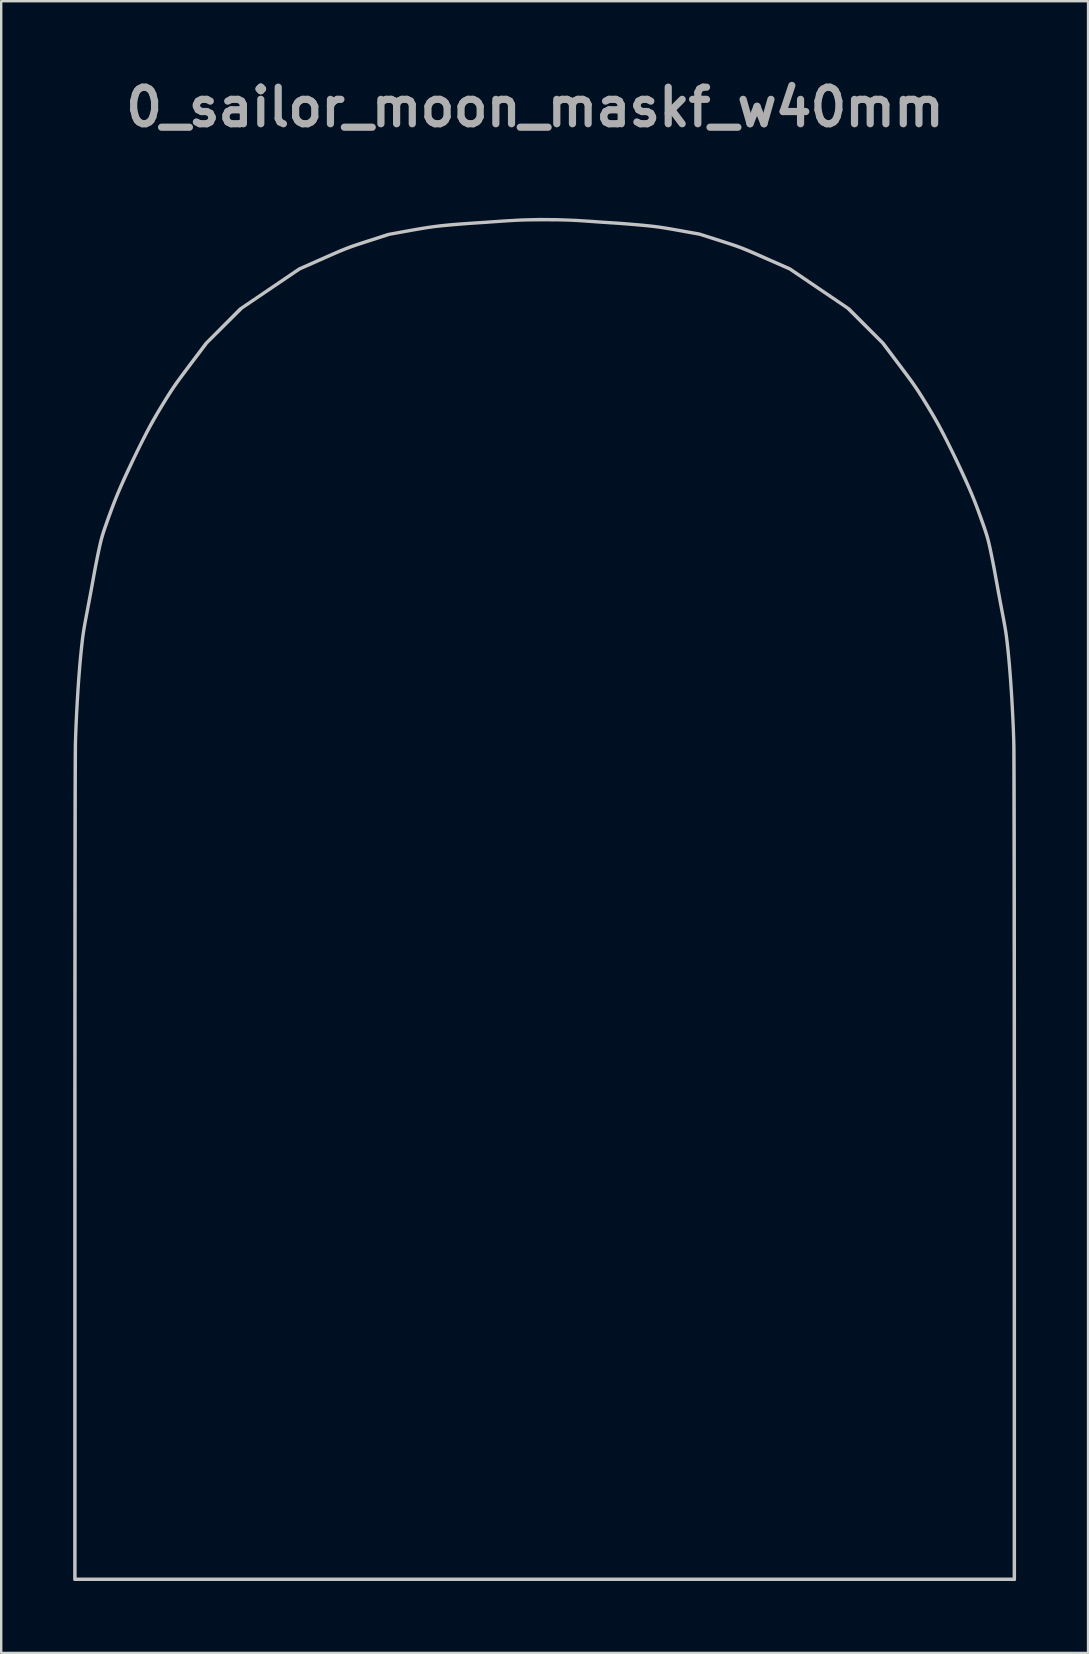
<source format=kicad_pcb>
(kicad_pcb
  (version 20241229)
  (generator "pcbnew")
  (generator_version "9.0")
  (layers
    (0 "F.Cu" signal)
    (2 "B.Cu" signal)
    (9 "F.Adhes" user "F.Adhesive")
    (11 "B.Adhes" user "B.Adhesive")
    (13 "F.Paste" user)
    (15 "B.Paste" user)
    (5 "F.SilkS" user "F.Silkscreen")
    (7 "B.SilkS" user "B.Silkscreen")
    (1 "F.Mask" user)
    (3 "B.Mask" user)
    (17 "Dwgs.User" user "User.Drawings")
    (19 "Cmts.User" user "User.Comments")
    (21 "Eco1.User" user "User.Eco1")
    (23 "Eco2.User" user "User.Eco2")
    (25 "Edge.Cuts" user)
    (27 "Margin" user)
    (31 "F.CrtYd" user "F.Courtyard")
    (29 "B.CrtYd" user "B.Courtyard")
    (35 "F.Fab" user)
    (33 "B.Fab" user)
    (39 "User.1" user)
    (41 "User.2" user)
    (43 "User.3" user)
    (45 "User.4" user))
  (footprint "0_sailor_moon_maskf_w40mm"
    (layer "F.Cu")
    (at 19.65 34.418)
    (property "Reference" "0_sailor_moon_maskf_w40mm" (at -0.4 -33 0) (layer "F.Fab") (effects (font (size 1.524 1.524) (thickness 0.3))))
    (attr board_only exclude_from_pos_files exclude_from_bom)
    (fp_poly (pts (xy 14.085 -11.772) (xy 14.112 -11.752) (xy 14.139 -11.714) (xy 14.167 -11.652) (xy 14.198 -11.563) (xy 14.235 -11.443) (xy 14.278 -11.286) (xy 14.309 -11.167) (xy 14.353 -11.002) (xy 14.404 -10.811) (xy 14.46 -10.608) (xy 14.515 -10.408) (xy 14.565 -10.228) (xy 14.567 -10.222) (xy 14.652 -9.914) (xy 14.726 -9.626) (xy 14.791 -9.348) (xy 14.85 -9.067) (xy 14.905 -8.773) (xy 14.958 -8.455) (xy 14.998 -8.198) (xy 15.03 -7.98) (xy 15.055 -7.802) (xy 15.073 -7.66) (xy 15.084 -7.549) (xy 15.09 -7.466) (xy 15.089 -7.406) (xy 15.082 -7.365) (xy 15.07 -7.339) (xy 15.058 -7.328) (xy 15.04 -7.317) (xy 15.022 -7.315) (xy 14.99 -7.321) (xy 14.93 -7.337) (xy 14.911 -7.343) (xy 14.824 -7.37) (xy 14.735 -7.4) (xy 14.718 -7.407) (xy 14.554 -7.46) (xy 14.38 -7.498) (xy 14.189 -7.523) (xy 13.97 -7.537) (xy 13.778 -7.539) (xy 13.582 -7.535) (xy 13.383 -7.526) (xy 13.19 -7.511) (xy 13.015 -7.492) (xy 12.866 -7.469) (xy 12.783 -7.452) (xy 12.752 -7.448) (xy 12.738 -7.465) (xy 12.733 -7.512) (xy 12.733 -7.535) (xy 12.745 -7.62) (xy 12.774 -7.711) (xy 12.783 -7.732) (xy 12.823 -7.856) (xy 12.827 -7.998) (xy 12.797 -8.163) (xy 12.789 -8.19) (xy 12.763 -8.293) (xy 12.74 -8.416) (xy 12.719 -8.549) (xy 12.704 -8.682) (xy 12.694 -8.803) (xy 12.691 -8.903) (xy 12.696 -8.97) (xy 12.697 -8.97) (xy 12.712 -9.017) (xy 12.742 -9.071) (xy 12.791 -9.137) (xy 12.864 -9.224) (xy 12.935 -9.304) (xy 13.055 -9.442) (xy 13.18 -9.596) (xy 13.304 -9.76) (xy 13.424 -9.927) (xy 13.534 -10.088) (xy 13.628 -10.237) (xy 13.703 -10.368) (xy 13.75 -10.467) (xy 13.837 -10.707) (xy 13.908 -10.96) (xy 13.961 -11.214) (xy 13.992 -11.454) (xy 14 -11.624) (xy 14.001 -11.705) (xy 14.006 -11.751) (xy 14.018 -11.772) (xy 14.041 -11.778) (xy 14.055 -11.778)) (stroke (width 0) (type solid)) (fill yes) (layer "F.Mask"))
    (fp_poly (pts (xy 0.942 -4.17) (xy 1.141 -4.163) (xy 1.354 -4.153) (xy 1.574 -4.142) (xy 1.795 -4.129) (xy 2.011 -4.114) (xy 2.216 -4.099) (xy 2.404 -4.083) (xy 2.569 -4.067) (xy 2.704 -4.052) (xy 2.804 -4.038) (xy 2.84 -4.031) (xy 2.909 -4.016) (xy 2.963 -3.999) (xy 3.004 -3.977) (xy 3.034 -3.944) (xy 3.055 -3.893) (xy 3.07 -3.822) (xy 3.079 -3.723) (xy 3.085 -3.592) (xy 3.09 -3.423) (xy 3.092 -3.357) (xy 3.103 -3.07) (xy 3.121 -2.826) (xy 3.145 -2.622) (xy 3.176 -2.457) (xy 3.215 -2.327) (xy 3.261 -2.233) (xy 3.316 -2.171) (xy 3.334 -2.158) (xy 3.387 -2.133) (xy 3.437 -2.127) (xy 3.49 -2.143) (xy 3.55 -2.185) (xy 3.623 -2.257) (xy 3.714 -2.36) (xy 3.752 -2.406) (xy 3.823 -2.487) (xy 3.891 -2.559) (xy 3.946 -2.611) (xy 3.976 -2.633) (xy 4.021 -2.653) (xy 4.041 -2.647) (xy 4.053 -2.616) (xy 4.062 -2.545) (xy 4.061 -2.437) (xy 4.052 -2.3) (xy 4.036 -2.141) (xy 4.013 -1.965) (xy 3.984 -1.781) (xy 3.95 -1.595) (xy 3.912 -1.414) (xy 3.901 -1.368) (xy 3.82 -1.077) (xy 3.72 -0.795) (xy 3.603 -0.528) (xy 3.472 -0.284) (xy 3.331 -0.067) (xy 3.183 0.114) (xy 3.115 0.183) (xy 3.019 0.271) (xy 2.943 0.333) (xy 2.876 0.372) (xy 2.807 0.389) (xy 2.726 0.39) (xy 2.621 0.376) (xy 2.511 0.356) (xy 2.372 0.343) (xy 2.24 0.362) (xy 2.15 0.391) (xy 2.042 0.419) (xy 1.96 0.415) (xy 1.907 0.378) (xy 1.903 0.372) (xy 1.886 0.329) (xy 1.866 0.255) (xy 1.845 0.161) (xy 1.834 0.1) (xy 1.799 -0.101) (xy 1.759 -0.316) (xy 1.716 -0.539) (xy 1.671 -0.763) (xy 1.625 -0.985) (xy 1.579 -1.197) (xy 1.535 -1.395) (xy 1.494 -1.572) (xy 1.457 -1.723) (xy 1.426 -1.843) (xy 1.4 -1.925) (xy 1.397 -1.933) (xy 1.337 -2.066) (xy 1.265 -2.158) (xy 1.177 -2.215) (xy 1.067 -2.242) (xy 1.011 -2.245) (xy 0.928 -2.263) (xy 0.869 -2.318) (xy 0.843 -2.368) (xy 0.81 -2.462) (xy 0.768 -2.588) (xy 0.719 -2.737) (xy 0.667 -2.904) (xy 0.614 -3.08) (xy 0.561 -3.259) (xy 0.51 -3.432) (xy 0.465 -3.593) (xy 0.426 -3.735) (xy 0.396 -3.85) (xy 0.378 -3.93) (xy 0.377 -3.936) (xy 0.365 -4.016) (xy 0.365 -4.068) (xy 0.378 -4.107) (xy 0.39 -4.128) (xy 0.428 -4.185)) (stroke (width 0) (type solid)) (fill yes) (layer "F.Mask"))
    (fp_poly (pts (xy -4.83 -0.264) (xy -4.808 -0.215) (xy -4.788 -0.137) (xy -4.771 -0.027) (xy -4.755 0.118) (xy -4.737 0.3) (xy -4.718 0.521) (xy -4.699 0.756) (xy -4.655 1.218) (xy -4.6 1.685) (xy -4.535 2.149) (xy -4.461 2.6) (xy -4.38 3.03) (xy -4.293 3.432) (xy -4.22 3.73) (xy -4.158 3.951) (xy -4.082 4.199) (xy -3.997 4.461) (xy -3.906 4.722) (xy -3.815 4.971) (xy -3.752 5.133) (xy -3.678 5.309) (xy -3.586 5.511) (xy -3.482 5.732) (xy -3.37 5.959) (xy -3.255 6.183) (xy -3.144 6.393) (xy -3.04 6.579) (xy -3.013 6.625) (xy -2.937 6.758) (xy -2.882 6.86) (xy -2.846 6.936) (xy -2.827 6.992) (xy -2.822 7.031) (xy -2.822 7.111) (xy -2.928 7.108) (xy -2.987 7.106) (xy -3.08 7.1) (xy -3.195 7.092) (xy -3.324 7.082) (xy -3.389 7.077) (xy -3.583 7.059) (xy -3.786 7.035) (xy -4.003 7.005) (xy -4.241 6.968) (xy -4.505 6.922) (xy -4.8 6.867) (xy -5.098 6.81) (xy -5.471 6.734) (xy -5.801 6.665) (xy -6.088 6.602) (xy -6.334 6.543) (xy -6.539 6.49) (xy -6.704 6.443) (xy -6.83 6.399) (xy -6.918 6.361) (xy -6.959 6.335) (xy -6.98 6.317) (xy -6.992 6.297) (xy -6.998 6.266) (xy -6.998 6.216) (xy -6.993 6.139) (xy -6.982 6.026) (xy -6.981 6.02) (xy -6.972 5.914) (xy -6.967 5.821) (xy -6.966 5.732) (xy -6.971 5.638) (xy -6.981 5.531) (xy -6.998 5.401) (xy -7.021 5.239) (xy -7.033 5.158) (xy -7.069 4.926) (xy -7.003 4.691) (xy -6.966 4.559) (xy -6.941 4.461) (xy -6.926 4.386) (xy -6.921 4.326) (xy -6.925 4.27) (xy -6.937 4.21) (xy -6.956 4.136) (xy -6.957 4.133) (xy -6.977 4.051) (xy -6.991 3.976) (xy -6.998 3.9) (xy -6.997 3.82) (xy -6.987 3.729) (xy -6.967 3.624) (xy -6.937 3.498) (xy -6.896 3.346) (xy -6.842 3.164) (xy -6.776 2.946) (xy -6.758 2.889) (xy -6.674 2.619) (xy -6.6 2.388) (xy -6.534 2.189) (xy -6.474 2.018) (xy -6.418 1.87) (xy -6.364 1.739) (xy -6.31 1.621) (xy -6.254 1.511) (xy -6.195 1.403) (xy -6.16 1.344) (xy -6.123 1.288) (xy -6.063 1.201) (xy -5.983 1.091) (xy -5.888 0.962) (xy -5.781 0.819) (xy -5.668 0.669) (xy -5.552 0.516) (xy -5.436 0.366) (xy -5.326 0.224) (xy -5.225 0.096) (xy -5.138 -0.013) (xy -5.089 -0.072) (xy -5.025 -0.149) (xy -4.971 -0.211) (xy -4.925 -0.256) (xy -4.887 -0.282) (xy -4.856 -0.285)) (stroke (width 0) (type solid)) (fill yes) (layer "F.Mask"))
    (fp_poly (pts (xy 7.103 -9.721) (xy 7.105 -9.718) (xy 7.127 -9.671) (xy 7.144 -9.607) (xy 7.145 -9.602) (xy 7.176 -9.449) (xy 7.219 -9.317) (xy 7.283 -9.183) (xy 7.299 -9.153) (xy 7.347 -9.063) (xy 7.401 -8.953) (xy 7.459 -8.832) (xy 7.517 -8.706) (xy 7.571 -8.583) (xy 7.618 -8.47) (xy 7.656 -8.376) (xy 7.681 -8.307) (xy 7.689 -8.272) (xy 7.671 -8.224) (xy 7.636 -8.188) (xy 7.59 -8.134) (xy 7.572 -8.058) (xy 7.578 -7.971) (xy 7.607 -7.882) (xy 7.655 -7.804) (xy 7.72 -7.746) (xy 7.751 -7.731) (xy 7.813 -7.724) (xy 7.912 -7.737) (xy 7.958 -7.747) (xy 8.043 -7.763) (xy 8.117 -7.771) (xy 8.163 -7.77) (xy 8.164 -7.769) (xy 8.203 -7.752) (xy 8.269 -7.715) (xy 8.348 -7.666) (xy 8.39 -7.639) (xy 8.495 -7.571) (xy 8.612 -7.497) (xy 8.719 -7.432) (xy 8.738 -7.422) (xy 8.844 -7.354) (xy 8.907 -7.299) (xy 8.928 -7.256) (xy 8.907 -7.227) (xy 8.843 -7.212) (xy 8.736 -7.209) (xy 8.673 -7.213) (xy 8.565 -7.218) (xy 8.46 -7.215) (xy 8.342 -7.203) (xy 8.196 -7.181) (xy 8.188 -7.179) (xy 8.002 -7.147) (xy 7.852 -7.12) (xy 7.73 -7.094) (xy 7.629 -7.069) (xy 7.54 -7.041) (xy 7.456 -7.009) (xy 7.368 -6.97) (xy 7.278 -6.926) (xy 7.156 -6.87) (xy 7.027 -6.816) (xy 6.907 -6.771) (xy 6.817 -6.742) (xy 6.717 -6.713) (xy 6.622 -6.681) (xy 6.55 -6.652) (xy 6.534 -6.645) (xy 6.455 -6.616) (xy 6.372 -6.601) (xy 6.356 -6.6) (xy 6.295 -6.606) (xy 6.242 -6.629) (xy 6.181 -6.678) (xy 6.169 -6.689) (xy 6.094 -6.746) (xy 6.019 -6.775) (xy 5.939 -6.775) (xy 5.849 -6.743) (xy 5.744 -6.679) (xy 5.62 -6.581) (xy 5.567 -6.535) (xy 5.497 -6.476) (xy 5.433 -6.428) (xy 5.387 -6.4) (xy 5.382 -6.398) (xy 5.323 -6.386) (xy 5.229 -6.381) (xy 5.111 -6.382) (xy 4.977 -6.39) (xy 4.838 -6.404) (xy 4.789 -6.41) (xy 4.693 -6.424) (xy 4.609 -6.438) (xy 4.551 -6.45) (xy 4.538 -6.454) (xy 4.498 -6.482) (xy 4.493 -6.522) (xy 4.522 -6.561) (xy 4.567 -6.585) (xy 4.654 -6.624) (xy 4.766 -6.693) (xy 4.898 -6.787) (xy 5.044 -6.902) (xy 5.2 -7.034) (xy 5.361 -7.18) (xy 5.458 -7.273) (xy 5.562 -7.375) (xy 5.647 -7.46) (xy 5.718 -7.534) (xy 5.781 -7.605) (xy 5.841 -7.679) (xy 5.904 -7.762) (xy 5.973 -7.861) (xy 6.056 -7.982) (xy 6.156 -8.133) (xy 6.183 -8.173) (xy 6.35 -8.427) (xy 6.492 -8.649) (xy 6.609 -8.844) (xy 6.706 -9.014) (xy 6.782 -9.164) (xy 6.841 -9.296) (xy 6.884 -9.415) (xy 6.913 -9.524) (xy 6.922 -9.574) (xy 6.942 -9.646) (xy 6.98 -9.693) (xy 7.008 -9.713) (xy 7.055 -9.739) (xy 7.082 -9.742)) (stroke (width 0) (type solid)) (fill yes) (layer "F.Mask"))
    (fp_poly (pts (xy 15.175 -6.363) (xy 15.211 -6.343) (xy 15.225 -6.33) (xy 15.236 -6.312) (xy 15.244 -6.284) (xy 15.249 -6.24) (xy 15.252 -6.173) (xy 15.253 -6.079) (xy 15.253 -5.952) (xy 15.253 -5.787) (xy 15.253 -5.782) (xy 15.25 -5.602) (xy 15.244 -5.407) (xy 15.236 -5.211) (xy 15.227 -5.03) (xy 15.216 -4.876) (xy 15.214 -4.856) (xy 15.202 -4.722) (xy 15.187 -4.555) (xy 15.17 -4.366) (xy 15.153 -4.166) (xy 15.135 -3.967) (xy 15.122 -3.811) (xy 15.106 -3.637) (xy 15.091 -3.468) (xy 15.076 -3.313) (xy 15.062 -3.179) (xy 15.051 -3.074) (xy 15.043 -3.004) (xy 15.042 -3) (xy 15.021 -2.877) (xy 14.988 -2.722) (xy 14.945 -2.543) (xy 14.895 -2.351) (xy 14.84 -2.154) (xy 14.783 -1.961) (xy 14.778 -1.944) (xy 14.629 -1.461) (xy 14.48 -0.964) (xy 14.359 -0.553) (xy 14.293 -0.332) (xy 14.232 -0.143) (xy 14.173 0.026) (xy 14.111 0.187) (xy 14.042 0.351) (xy 13.96 0.53) (xy 13.89 0.678) (xy 13.828 0.801) (xy 13.751 0.949) (xy 13.661 1.117) (xy 13.563 1.297) (xy 13.46 1.481) (xy 13.358 1.662) (xy 13.259 1.834) (xy 13.168 1.988) (xy 13.089 2.118) (xy 13.027 2.217) (xy 13.021 2.225) (xy 12.834 2.49) (xy 12.615 2.775) (xy 12.368 3.076) (xy 12.234 3.233) (xy 12.118 3.368) (xy 11.991 3.514) (xy 11.864 3.661) (xy 11.746 3.797) (xy 11.648 3.911) (xy 11.648 3.911) (xy 11.548 4.027) (xy 11.442 4.148) (xy 11.34 4.264) (xy 11.253 4.364) (xy 11.215 4.406) (xy 11.049 4.575) (xy 10.848 4.751) (xy 10.618 4.931) (xy 10.367 5.107) (xy 10.102 5.274) (xy 10.078 5.289) (xy 10.002 5.334) (xy 9.896 5.399) (xy 9.769 5.477) (xy 9.629 5.563) (xy 9.482 5.654) (xy 9.389 5.712) (xy 9.218 5.818) (xy 9.08 5.901) (xy 8.969 5.962) (xy 8.883 6.004) (xy 8.815 6.029) (xy 8.762 6.038) (xy 8.719 6.032) (xy 8.681 6.015) (xy 8.661 6.001) (xy 8.619 5.959) (xy 8.562 5.891) (xy 8.498 5.807) (xy 8.432 5.714) (xy 8.368 5.62) (xy 8.313 5.533) (xy 8.272 5.461) (xy 8.25 5.411) (xy 8.248 5.398) (xy 8.262 5.375) (xy 8.298 5.342) (xy 8.361 5.296) (xy 8.453 5.235) (xy 8.578 5.157) (xy 8.739 5.059) (xy 8.74 5.058) (xy 8.985 4.908) (xy 9.192 4.778) (xy 9.362 4.666) (xy 9.494 4.572) (xy 9.591 4.495) (xy 9.653 4.435) (xy 9.664 4.421) (xy 9.701 4.341) (xy 9.718 4.238) (xy 9.716 4.128) (xy 9.695 4.027) (xy 9.671 3.974) (xy 9.595 3.877) (xy 9.484 3.768) (xy 9.344 3.652) (xy 9.181 3.535) (xy 9 3.419) (xy 8.811 3.313) (xy 8.702 3.253) (xy 8.627 3.206) (xy 8.582 3.169) (xy 8.56 3.135) (xy 8.556 3.11) (xy 8.571 3.064) (xy 8.616 2.993) (xy 8.692 2.895) (xy 8.8 2.77) (xy 8.94 2.616) (xy 9.113 2.434) (xy 9.177 2.368) (xy 9.314 2.226) (xy 9.466 2.067) (xy 9.622 1.902) (xy 9.771 1.743) (xy 9.904 1.601) (xy 9.946 1.555) (xy 10.057 1.434) (xy 10.19 1.29) (xy 10.337 1.13) (xy 10.491 0.964) (xy 10.643 0.799) (xy 10.785 0.644) (xy 10.795 0.633) (xy 11.225 0.172) (xy 11.632 -0.251) (xy 12.017 -0.636) (xy 12.378 -0.983) (xy 12.717 -1.293) (xy 13.034 -1.565) (xy 13.275 -1.759) (xy 13.32 -1.786) (xy 13.39 -1.821) (xy 13.464 -1.853) (xy 13.646 -1.941) (xy 13.807 -2.052) (xy 13.949 -2.19) (xy 14.078 -2.358) (xy 14.195 -2.561) (xy 14.307 -2.805) (xy 14.318 -2.831) (xy 14.346 -2.904) (xy 14.37 -2.975) (xy 14.393 -3.053) (xy 14.414 -3.142) (xy 14.436 -3.249) (xy 14.459 -3.381) (xy 14.486 -3.543) (xy 14.517 -3.742) (xy 14.521 -3.768) (xy 14.551 -3.967) (xy 14.573 -4.13) (xy 14.588 -4.263) (xy 14.596 -4.374) (xy 14.597 -4.47) (xy 14.593 -4.558) (xy 14.582 -4.644) (xy 14.576 -4.687) (xy 14.517 -4.935) (xy 14.426 -5.159) (xy 14.298 -5.367) (xy 14.132 -5.563) (xy 14.061 -5.633) (xy 13.962 -5.73) (xy 13.894 -5.804) (xy 13.857 -5.86) (xy 13.845 -5.902) (xy 13.858 -5.936) (xy 13.875 -5.953) (xy 13.915 -5.976) (xy 13.99 -6.008) (xy 14.094 -6.049) (xy 14.219 -6.095) (xy 14.358 -6.145) (xy 14.504 -6.195) (xy 14.65 -6.244) (xy 14.788 -6.288) (xy 14.913 -6.326) (xy 15.016 -6.355) (xy 15.09 -6.373) (xy 15.125 -6.377)) (stroke (width 0) (type solid)) (fill yes) (layer "F.Mask"))
    (fp_poly (pts (xy -9.837 -5.638) (xy -9.47 -5.624) (xy -9.115 -5.598) (xy -8.783 -5.56) (xy -8.481 -5.51) (xy -8.393 -5.491) (xy -8.206 -5.449) (xy -8.057 -5.413) (xy -7.944 -5.38) (xy -7.86 -5.347) (xy -7.802 -5.312) (xy -7.765 -5.273) (xy -7.744 -5.227) (xy -7.735 -5.171) (xy -7.733 -5.117) (xy -7.739 -5.056) (xy -7.754 -4.958) (xy -7.778 -4.83) (xy -7.81 -4.676) (xy -7.847 -4.503) (xy -7.889 -4.318) (xy -7.935 -4.126) (xy -7.983 -3.932) (xy -8.031 -3.744) (xy -8.043 -3.7) (xy -8.085 -3.529) (xy -8.126 -3.338) (xy -8.165 -3.136) (xy -8.199 -2.931) (xy -8.228 -2.735) (xy -8.25 -2.556) (xy -8.263 -2.402) (xy -8.266 -2.307) (xy -8.268 -2.268) (xy -8.275 -2.224) (xy -8.289 -2.172) (xy -8.312 -2.107) (xy -8.345 -2.024) (xy -8.391 -1.917) (xy -8.452 -1.783) (xy -8.528 -1.616) (xy -8.577 -1.511) (xy -8.643 -1.365) (xy -8.719 -1.195) (xy -8.796 -1.019) (xy -8.866 -0.854) (xy -8.893 -0.79) (xy -8.957 -0.638) (xy -9.034 -0.463) (xy -9.115 -0.28) (xy -9.193 -0.108) (xy -9.237 -0.015) (xy -9.339 0.204) (xy -9.427 0.392) (xy -9.505 0.561) (xy -9.577 0.72) (xy -9.647 0.88) (xy -9.722 1.052) (xy -9.805 1.244) (xy -9.885 1.433) (xy -9.958 1.603) (xy -10.033 1.777) (xy -10.108 1.946) (xy -10.177 2.1) (xy -10.236 2.231) (xy -10.274 2.312) (xy -10.338 2.448) (xy -10.407 2.599) (xy -10.475 2.747) (xy -10.531 2.874) (xy -10.533 2.878) (xy -10.571 2.963) (xy -10.626 3.077) (xy -10.694 3.215) (xy -10.77 3.367) (xy -10.852 3.527) (xy -10.934 3.687) (xy -11.013 3.839) (xy -11.085 3.975) (xy -11.147 4.089) (xy -11.193 4.171) (xy -11.201 4.183) (xy -11.237 4.245) (xy -11.335 4.175) (xy -11.507 4.034) (xy -11.64 3.883) (xy -11.67 3.84) (xy -11.716 3.742) (xy -11.722 3.653) (xy -11.687 3.563) (xy -11.676 3.545) (xy -11.657 3.504) (xy -11.631 3.433) (xy -11.602 3.344) (xy -11.59 3.303) (xy -11.562 3.195) (xy -11.545 3.096) (xy -11.536 2.989) (xy -11.533 2.857) (xy -11.533 2.854) (xy -11.535 2.738) (xy -11.541 2.646) (xy -11.553 2.561) (xy -11.576 2.468) (xy -11.61 2.35) (xy -11.613 2.34) (xy -11.684 2.12) (xy -11.754 1.941) (xy -11.821 1.803) (xy -11.877 1.718) (xy -11.942 1.653) (xy -12.034 1.58) (xy -12.141 1.509) (xy -12.247 1.449) (xy -12.316 1.418) (xy -12.413 1.391) (xy -12.514 1.379) (xy -12.608 1.38) (xy -12.683 1.396) (xy -12.719 1.418) (xy -12.755 1.477) (xy -12.754 1.534) (xy -12.716 1.593) (xy -12.638 1.655) (xy -12.518 1.724) (xy -12.484 1.742) (xy -12.374 1.797) (xy -12.295 1.842) (xy -12.236 1.884) (xy -12.187 1.932) (xy -12.139 1.993) (xy -12.107 2.037) (xy -12.029 2.151) (xy -11.977 2.244) (xy -11.945 2.328) (xy -11.929 2.413) (xy -11.925 2.511) (xy -11.929 2.617) (xy -11.943 2.696) (xy -11.971 2.768) (xy -11.976 2.778) (xy -12.029 2.862) (xy -12.099 2.951) (xy -12.176 3.03) (xy -12.247 3.088) (xy -12.267 3.099) (xy -12.369 3.136) (xy -12.477 3.146) (xy -12.573 3.13) (xy -12.581 3.127) (xy -12.626 3.099) (xy -12.697 3.045) (xy -12.788 2.969) (xy -12.894 2.876) (xy -13.011 2.771) (xy -13.131 2.659) (xy -13.25 2.545) (xy -13.363 2.435) (xy -13.464 2.332) (xy -13.547 2.242) (xy -13.559 2.229) (xy -13.855 1.877) (xy -14.159 1.485) (xy -14.468 1.056) (xy -14.781 0.593) (xy -15.096 0.099) (xy -15.409 -0.421) (xy -15.494 -0.567) (xy -15.56 -0.684) (xy -15.636 -0.821) (xy -15.719 -0.973) (xy -15.807 -1.134) (xy -15.895 -1.3) (xy -15.982 -1.464) (xy -16.064 -1.622) (xy -16.14 -1.767) (xy -16.205 -1.895) (xy -16.257 -2) (xy -16.293 -2.077) (xy -16.311 -2.119) (xy -16.332 -2.255) (xy -16.309 -2.393) (xy -16.242 -2.529) (xy -16.238 -2.535) (xy -16.153 -2.651) (xy -16.04 -2.789) (xy -15.902 -2.946) (xy -15.745 -3.116) (xy -15.575 -3.295) (xy -15.395 -3.476) (xy -15.211 -3.655) (xy -15.028 -3.827) (xy -14.851 -3.987) (xy -14.685 -4.13) (xy -14.586 -4.21) (xy -14.169 -4.513) (xy -13.727 -4.78) (xy -13.266 -5.009) (xy -12.789 -5.198) (xy -12.555 -5.274) (xy -12.408 -5.316) (xy -12.232 -5.362) (xy -12.039 -5.408) (xy -11.839 -5.454) (xy -11.644 -5.496) (xy -11.464 -5.531) (xy -11.311 -5.558) (xy -11.256 -5.567) (xy -10.927 -5.604) (xy -10.575 -5.628) (xy -10.209 -5.639)) (stroke (width 0) (type solid)) (fill yes) (layer "F.Mask"))
    (fp_poly (pts (xy -2.411 -23.05) (xy -2.103 -23.048) (xy -1.829 -23.042) (xy -1.577 -23.03) (xy -1.335 -23.013) (xy -1.094 -22.989) (xy -0.842 -22.958) (xy -0.567 -22.918) (xy -0.38 -22.888) (xy -0.198 -22.857) (xy -0.023 -22.825) (xy 0.15 -22.79) (xy 0.327 -22.751) (xy 0.515 -22.706) (xy 0.718 -22.654) (xy 0.943 -22.593) (xy 1.196 -22.523) (xy 1.482 -22.441) (xy 1.633 -22.397) (xy 2.139 -22.245) (xy 2.607 -22.094) (xy 3.043 -21.943) (xy 3.453 -21.788) (xy 3.844 -21.626) (xy 4.22 -21.456) (xy 4.589 -21.273) (xy 4.957 -21.077) (xy 5.329 -20.863) (xy 5.712 -20.63) (xy 5.733 -20.617) (xy 5.939 -20.485) (xy 6.128 -20.357) (xy 6.307 -20.228) (xy 6.485 -20.091) (xy 6.671 -19.939) (xy 6.872 -19.766) (xy 7.055 -19.604) (xy 7.389 -19.3) (xy 7.693 -19.016) (xy 7.972 -18.744) (xy 8.232 -18.478) (xy 8.478 -18.212) (xy 8.716 -17.94) (xy 8.952 -17.654) (xy 9.191 -17.35) (xy 9.44 -17.02) (xy 9.704 -16.658) (xy 9.727 -16.627) (xy 9.839 -16.468) (xy 9.927 -16.341) (xy 9.992 -16.242) (xy 10.035 -16.166) (xy 10.059 -16.109) (xy 10.066 -16.067) (xy 10.058 -16.037) (xy 10.037 -16.015) (xy 10.027 -16.008) (xy 9.993 -15.993) (xy 9.924 -15.969) (xy 9.831 -15.938) (xy 9.721 -15.904) (xy 9.685 -15.893) (xy 9.561 -15.853) (xy 9.439 -15.811) (xy 9.331 -15.77) (xy 9.252 -15.735) (xy 9.244 -15.731) (xy 9.133 -15.687) (xy 9.007 -15.656) (xy 8.876 -15.638) (xy 8.753 -15.636) (xy 8.649 -15.649) (xy 8.583 -15.675) (xy 8.561 -15.699) (xy 8.521 -15.753) (xy 8.469 -15.827) (xy 8.424 -15.895) (xy 8.316 -16.05) (xy 8.215 -16.17) (xy 8.112 -16.263) (xy 8.001 -16.335) (xy 7.954 -16.359) (xy 7.783 -16.432) (xy 7.617 -16.479) (xy 7.446 -16.503) (xy 7.259 -16.505) (xy 7.047 -16.486) (xy 6.981 -16.477) (xy 6.849 -16.455) (xy 6.744 -16.428) (xy 6.649 -16.393) (xy 6.581 -16.36) (xy 6.38 -16.234) (xy 6.202 -16.073) (xy 6.053 -15.882) (xy 5.937 -15.667) (xy 5.91 -15.6) (xy 5.889 -15.54) (xy 5.874 -15.485) (xy 5.864 -15.424) (xy 5.859 -15.349) (xy 5.857 -15.249) (xy 5.857 -15.114) (xy 5.857 -15.111) (xy 5.858 -14.976) (xy 5.861 -14.874) (xy 5.867 -14.797) (xy 5.877 -14.734) (xy 5.893 -14.675) (xy 5.915 -14.609) (xy 5.917 -14.604) (xy 5.949 -14.507) (xy 5.96 -14.435) (xy 5.946 -14.377) (xy 5.902 -14.322) (xy 5.827 -14.256) (xy 5.804 -14.239) (xy 5.709 -14.155) (xy 5.598 -14.044) (xy 5.48 -13.915) (xy 5.362 -13.778) (xy 5.255 -13.642) (xy 5.165 -13.518) (xy 5.143 -13.484) (xy 5.076 -13.371) (xy 5.03 -13.271) (xy 4.996 -13.163) (xy 4.98 -13.1) (xy 4.953 -12.952) (xy 4.929 -12.776) (xy 4.911 -12.581) (xy 4.898 -12.376) (xy 4.89 -12.171) (xy 4.888 -11.973) (xy 4.893 -11.793) (xy 4.904 -11.638) (xy 4.921 -11.519) (xy 4.921 -11.518) (xy 4.965 -11.348) (xy 5.018 -11.21) (xy 5.088 -11.092) (xy 5.183 -10.984) (xy 5.309 -10.873) (xy 5.351 -10.84) (xy 5.417 -10.785) (xy 5.467 -10.734) (xy 5.5 -10.681) (xy 5.515 -10.622) (xy 5.511 -10.555) (xy 5.486 -10.474) (xy 5.44 -10.376) (xy 5.372 -10.256) (xy 5.28 -10.112) (xy 5.164 -9.938) (xy 5.069 -9.8) (xy 4.881 -9.55) (xy 4.656 -9.293) (xy 4.402 -9.037) (xy 4.124 -8.787) (xy 3.829 -8.55) (xy 3.822 -8.544) (xy 3.478 -8.31) (xy 3.103 -8.1) (xy 2.7 -7.917) (xy 2.276 -7.763) (xy 1.836 -7.641) (xy 1.385 -7.551) (xy 1.067 -7.51) (xy 0.978 -7.503) (xy 0.858 -7.496) (xy 0.712 -7.49) (xy 0.544 -7.485) (xy 0.362 -7.48) (xy 0.169 -7.477) (xy -0.028 -7.474) (xy -0.225 -7.472) (xy -0.415 -7.471) (xy -0.594 -7.47) (xy -0.756 -7.471) (xy -0.896 -7.473) (xy -1.007 -7.476) (xy -1.086 -7.481) (xy -1.126 -7.486) (xy -1.127 -7.487) (xy -1.176 -7.524) (xy -1.236 -7.6) (xy -1.303 -7.706) (xy -1.366 -7.801) (xy -1.457 -7.918) (xy -1.569 -8.051) (xy -1.696 -8.195) (xy -1.833 -8.342) (xy -1.973 -8.486) (xy -2.11 -8.621) (xy -2.239 -8.739) (xy -2.333 -8.82) (xy -2.573 -8.997) (xy -2.809 -9.134) (xy -3.046 -9.231) (xy -3.292 -9.292) (xy -3.553 -9.317) (xy -3.833 -9.311) (xy -4.078 -9.292) (xy -4.278 -9.377) (xy -4.518 -9.457) (xy -4.783 -9.509) (xy -5.061 -9.532) (xy -5.343 -9.525) (xy -5.619 -9.488) (xy -5.833 -9.435) (xy -5.897 -9.409) (xy -5.985 -9.364) (xy -6.084 -9.306) (xy -6.166 -9.254) (xy -6.262 -9.192) (xy -6.33 -9.15) (xy -6.378 -9.127) (xy -6.417 -9.118) (xy -6.454 -9.118) (xy -6.478 -9.122) (xy -6.54 -9.13) (xy -6.631 -9.14) (xy -6.735 -9.149) (xy -6.779 -9.152) (xy -6.882 -9.16) (xy -6.952 -9.171) (xy -7.001 -9.186) (xy -7.041 -9.209) (xy -7.066 -9.229) (xy -7.185 -9.312) (xy -7.339 -9.388) (xy -7.53 -9.458) (xy -7.76 -9.522) (xy -8.031 -9.582) (xy -8.067 -9.589) (xy -8.333 -9.644) (xy -8.556 -9.698) (xy -8.738 -9.753) (xy -8.881 -9.809) (xy -8.986 -9.866) (xy -9.054 -9.925) (xy -9.073 -9.952) (xy -9.11 -10.031) (xy -9.144 -10.126) (xy -9.168 -10.219) (xy -9.177 -10.289) (xy -9.189 -10.326) (xy -9.224 -10.378) (xy -9.288 -10.448) (xy -9.361 -10.52) (xy -9.448 -10.605) (xy -9.504 -10.671) (xy -9.531 -10.727) (xy -9.529 -10.782) (xy -9.502 -10.847) (xy -9.45 -10.931) (xy -9.434 -10.956) (xy -9.38 -11.04) (xy -9.331 -11.123) (xy -9.295 -11.187) (xy -9.294 -11.189) (xy -9.191 -11.444) (xy -9.126 -11.721) (xy -9.098 -12.016) (xy -9.109 -12.328) (xy -9.157 -12.653) (xy -9.226 -12.933) (xy -9.303 -13.158) (xy -9.396 -13.356) (xy -9.514 -13.542) (xy -9.65 -13.715) (xy -9.864 -13.946) (xy -10.078 -14.137) (xy -10.297 -14.292) (xy -10.529 -14.415) (xy -10.778 -14.51) (xy -10.813 -14.521) (xy -11.068 -14.588) (xy -11.306 -14.631) (xy -11.535 -14.649) (xy -11.761 -14.642) (xy -11.991 -14.608) (xy -12.234 -14.547) (xy -12.496 -14.459) (xy -12.778 -14.345) (xy -12.904 -14.286) (xy -12.99 -14.234) (xy -13.04 -14.186) (xy -13.056 -14.139) (xy -13.053 -14.118) (xy -13.017 -14.066) (xy -12.944 -14.035) (xy -12.833 -14.027) (xy -12.749 -14.033) (xy -12.564 -14.05) (xy -12.38 -14.061) (xy -12.205 -14.067) (xy -12.051 -14.067) (xy -11.929 -14.061) (xy -11.911 -14.059) (xy -11.769 -14.032) (xy -11.602 -13.983) (xy -11.423 -13.915) (xy -11.243 -13.832) (xy -11.232 -13.827) (xy -11.143 -13.77) (xy -11.037 -13.684) (xy -10.925 -13.578) (xy -10.813 -13.459) (xy -10.712 -13.337) (xy -10.681 -13.295) (xy -10.577 -13.116) (xy -10.499 -12.903) (xy -10.448 -12.659) (xy -10.425 -12.387) (xy -10.423 -12.298) (xy -10.44 -12.105) (xy -10.489 -11.894) (xy -10.569 -11.674) (xy -10.675 -11.452) (xy -10.805 -11.237) (xy -10.837 -11.191) (xy -10.965 -11.045) (xy -11.13 -10.912) (xy -11.325 -10.795) (xy -11.545 -10.699) (xy -11.7 -10.649) (xy -11.805 -10.622) (xy -11.901 -10.605) (xy -12.004 -10.596) (xy -12.13 -10.593) (xy -12.167 -10.593) (xy -12.317 -10.596) (xy -12.445 -10.605) (xy -12.561 -10.625) (xy -12.676 -10.656) (xy -12.802 -10.704) (xy -12.95 -10.769) (xy -13.028 -10.805) (xy -13.172 -10.871) (xy -13.283 -10.916) (xy -13.368 -10.942) (xy -13.432 -10.949) (xy -13.481 -10.938) (xy -13.523 -10.911) (xy -13.543 -10.891) (xy -13.565 -10.858) (xy -13.569 -10.819) (xy -13.556 -10.756) (xy -13.555 -10.752) (xy -13.495 -10.614) (xy -13.392 -10.479) (xy -13.245 -10.347) (xy -13.057 -10.22) (xy -12.827 -10.098) (xy -12.556 -9.981) (xy -12.278 -9.881) (xy -12.033 -9.8) (xy -11.906 -9.557) (xy -11.381 -9.287) (xy -11.171 -9.178) (xy -10.996 -9.088) (xy -10.855 -9.014) (xy -10.742 -8.954) (xy -10.655 -8.907) (xy -10.59 -8.869) (xy -10.543 -8.839) (xy -10.511 -8.815) (xy -10.491 -8.794) (xy -10.478 -8.776) (xy -10.47 -8.757) (xy -10.47 -8.755) (xy -10.46 -8.704) (xy -10.476 -8.667) (xy -10.522 -8.642) (xy -10.601 -8.628) (xy -10.718 -8.623) (xy -10.768 -8.622) (xy -10.921 -8.618) (xy -11.11 -8.605) (xy -11.325 -8.584) (xy -11.56 -8.557) (xy -11.807 -8.524) (xy -12.056 -8.487) (xy -12.253 -8.454) (xy -12.495 -8.406) (xy -12.735 -8.348) (xy -12.98 -8.277) (xy -13.236 -8.191) (xy -13.512 -8.088) (xy -13.814 -7.964) (xy -14 -7.884) (xy -14.351 -7.721) (xy -14.69 -7.54) (xy -15.026 -7.336) (xy -15.369 -7.103) (xy -15.6 -6.933) (xy -15.808 -6.767) (xy -16.016 -6.582) (xy -16.229 -6.371) (xy -16.452 -6.132) (xy -16.689 -5.858) (xy -16.761 -5.772) (xy -16.843 -5.675) (xy -16.903 -5.608) (xy -16.948 -5.565) (xy -16.982 -5.542) (xy -17.013 -5.534) (xy -17.023 -5.533) (xy -17.075 -5.543) (xy -17.098 -5.578) (xy -17.099 -5.583) (xy -17.105 -5.621) (xy -17.115 -5.695) (xy -17.128 -5.796) (xy -17.143 -5.916) (xy -17.154 -6.011) (xy -17.164 -6.103) (xy -17.174 -6.198) (xy -17.184 -6.301) (xy -17.193 -6.415) (xy -17.203 -6.546) (xy -17.213 -6.696) (xy -17.224 -6.871) (xy -17.236 -7.075) (xy -17.25 -7.312) (xy -17.266 -7.585) (xy -17.278 -7.811) (xy -17.28 -7.899) (xy -17.276 -8.024) (xy -17.269 -8.182) (xy -17.258 -8.364) (xy -17.244 -8.566) (xy -17.228 -8.782) (xy -17.209 -9.004) (xy -17.189 -9.226) (xy -17.168 -9.443) (xy -17.147 -9.649) (xy -17.125 -9.836) (xy -17.104 -9.999) (xy -17.1 -10.022) (xy -17.071 -10.208) (xy -17.032 -10.43) (xy -16.984 -10.678) (xy -16.93 -10.945) (xy -16.872 -11.223) (xy -16.81 -11.504) (xy -16.747 -11.78) (xy -16.685 -12.044) (xy -16.625 -12.286) (xy -16.569 -12.5) (xy -16.535 -12.619) (xy -16.442 -12.93) (xy -16.346 -13.233) (xy -16.248 -13.522) (xy -16.151 -13.79) (xy -16.057 -14.033) (xy -15.969 -14.245) (xy -15.886 -14.421) (xy -15.868 -14.457) (xy -15.824 -14.538) (xy -15.77 -14.629) (xy -15.704 -14.734) (xy -15.625 -14.856) (xy -15.529 -14.999) (xy -15.414 -15.165) (xy -15.279 -15.358) (xy -15.121 -15.581) (xy -15.012 -15.735) (xy -14.855 -15.954) (xy -14.721 -16.141) (xy -14.605 -16.301) (xy -14.503 -16.44) (xy -14.411 -16.562) (xy -14.327 -16.671) (xy -14.245 -16.773) (xy -14.163 -16.873) (xy -14.076 -16.974) (xy -13.981 -17.083) (xy -13.874 -17.204) (xy -13.758 -17.333) (xy -13.612 -17.497) (xy -13.457 -17.672) (xy -13.299 -17.851) (xy -13.147 -18.024) (xy -13.007 -18.185) (xy -12.886 -18.325) (xy -12.837 -18.384) (xy -12.49 -18.768) (xy -12.101 -19.153) (xy -11.674 -19.536) (xy -11.212 -19.914) (xy -10.717 -20.285) (xy -10.193 -20.647) (xy -9.981 -20.786) (xy -9.683 -20.975) (xy -9.415 -21.14) (xy -9.167 -21.287) (xy -8.934 -21.418) (xy -8.707 -21.538) (xy -8.48 -21.65) (xy -8.245 -21.757) (xy -7.995 -21.864) (xy -7.723 -21.975) (xy -7.499 -22.062) (xy -7.119 -22.204) (xy -6.754 -22.331) (xy -6.397 -22.443) (xy -6.04 -22.544) (xy -5.677 -22.635) (xy -5.299 -22.718) (xy -4.901 -22.794) (xy -4.473 -22.866) (xy -4.01 -22.934) (xy -3.917 -22.947) (xy -3.167 -23.05)) (stroke (width 0) (type solid)) (fill yes) (layer "F.Mask"))
    (fp_poly (pts (xy 0.538 -28.33) (xy 1.301 -28.3) (xy 1.812 -28.268) (xy 2.02 -28.254) (xy 2.225 -28.239) (xy 2.42 -28.226) (xy 2.598 -28.214) (xy 2.752 -28.204) (xy 2.876 -28.196) (xy 2.964 -28.19) (xy 2.978 -28.189) (xy 3.064 -28.184) (xy 3.186 -28.175) (xy 3.337 -28.163) (xy 3.51 -28.149) (xy 3.695 -28.133) (xy 3.887 -28.117) (xy 3.978 -28.109) (xy 4.188 -28.089) (xy 4.372 -28.071) (xy 4.539 -28.052) (xy 4.7 -28.032) (xy 4.862 -28.009) (xy 5.035 -27.982) (xy 5.228 -27.95) (xy 5.45 -27.911) (xy 5.589 -27.886) (xy 6.456 -27.731) (xy 7.333 -27.451) (xy 7.535 -27.386) (xy 7.707 -27.33) (xy 7.857 -27.281) (xy 7.992 -27.235) (xy 8.117 -27.19) (xy 8.239 -27.144) (xy 8.364 -27.094) (xy 8.499 -27.039) (xy 8.65 -26.974) (xy 8.824 -26.899) (xy 9.026 -26.81) (xy 9.222 -26.723) (xy 10.233 -26.276) (xy 11.467 -25.439) (xy 12.7 -24.602) (xy 13.414 -23.885) (xy 14.128 -23.167) (xy 14.806 -22.266) (xy 14.967 -22.051) (xy 15.105 -21.866) (xy 15.225 -21.704) (xy 15.329 -21.559) (xy 15.423 -21.426) (xy 15.511 -21.297) (xy 15.596 -21.169) (xy 15.683 -21.033) (xy 15.776 -20.885) (xy 15.879 -20.718) (xy 15.945 -20.611) (xy 16.09 -20.371) (xy 16.218 -20.155) (xy 16.334 -19.953) (xy 16.444 -19.754) (xy 16.554 -19.548) (xy 16.67 -19.323) (xy 16.799 -19.069) (xy 16.811 -19.045) (xy 17.024 -18.615) (xy 17.217 -18.218) (xy 17.391 -17.849) (xy 17.55 -17.503) (xy 17.695 -17.174) (xy 17.829 -16.858) (xy 17.954 -16.549) (xy 18.072 -16.242) (xy 18.179 -15.952) (xy 18.256 -15.737) (xy 18.32 -15.557) (xy 18.372 -15.404) (xy 18.416 -15.271) (xy 18.453 -15.152) (xy 18.485 -15.038) (xy 18.514 -14.924) (xy 18.544 -14.801) (xy 18.575 -14.663) (xy 18.589 -14.6) (xy 18.629 -14.411) (xy 18.673 -14.195) (xy 18.719 -13.966) (xy 18.762 -13.74) (xy 18.8 -13.534) (xy 18.81 -13.478) (xy 18.838 -13.321) (xy 18.873 -13.131) (xy 18.913 -12.914) (xy 18.956 -12.682) (xy 19 -12.443) (xy 19.045 -12.206) (xy 19.088 -11.98) (xy 19.088 -11.978) (xy 19.134 -11.739) (xy 19.171 -11.536) (xy 19.203 -11.359) (xy 19.23 -11.199) (xy 19.253 -11.049) (xy 19.273 -10.898) (xy 19.293 -10.739) (xy 19.313 -10.563) (xy 19.334 -10.362) (xy 19.353 -10.167) (xy 19.388 -9.801) (xy 19.421 -9.398) (xy 19.452 -8.967) (xy 19.482 -8.515) (xy 19.509 -8.049) (xy 19.533 -7.579) (xy 19.554 -7.111) (xy 19.571 -6.653) (xy 19.578 -6.411) (xy 19.579 -6.339) (xy 19.581 -6.223) (xy 19.582 -6.064) (xy 19.583 -5.862) (xy 19.584 -5.618) (xy 19.586 -5.333) (xy 19.587 -5.007) (xy 19.588 -4.64) (xy 19.589 -4.234) (xy 19.59 -3.788) (xy 19.591 -3.304) (xy 19.592 -2.782) (xy 19.593 -2.223) (xy 19.593 -1.627) (xy 19.594 -0.995) (xy 19.595 -0.327) (xy 19.596 0.376) (xy 19.596 1.113) (xy 19.597 1.884) (xy 19.597 2.688) (xy 19.598 3.525) (xy 19.598 4.394) (xy 19.599 5.294) (xy 19.599 6.225) (xy 19.599 7.187) (xy 19.6 8.178) (xy 19.6 9.198) (xy 19.6 10.247) (xy 19.6 11.323) (xy 19.6 11.372) (xy 19.6 28.378) (xy -19.6 28.378) (xy -19.6 28.333) (xy -19.556 28.333) (xy 19.556 28.333) (xy 19.555 11.217) (xy 19.555 10.177) (xy 19.555 9.161) (xy 19.555 8.169) (xy 19.554 7.204) (xy 19.554 6.264) (xy 19.554 5.352) (xy 19.553 4.467) (xy 19.553 3.611) (xy 19.553 2.783) (xy 19.552 1.986) (xy 19.551 1.219) (xy 19.551 0.483) (xy 19.55 -0.221) (xy 19.55 -0.893) (xy 19.549 -1.531) (xy 19.548 -2.135) (xy 19.547 -2.704) (xy 19.546 -3.238) (xy 19.545 -3.736) (xy 19.544 -4.196) (xy 19.543 -4.62) (xy 19.542 -5.005) (xy 19.541 -5.351) (xy 19.54 -5.657) (xy 19.539 -5.923) (xy 19.538 -6.148) (xy 19.537 -6.331) (xy 19.535 -6.471) (xy 19.534 -6.568) (xy 19.533 -6.611) (xy 19.519 -7.029) (xy 19.5 -7.466) (xy 19.477 -7.914) (xy 19.452 -8.365) (xy 19.423 -8.81) (xy 19.393 -9.24) (xy 19.36 -9.646) (xy 19.327 -10.022) (xy 19.31 -10.2) (xy 19.285 -10.438) (xy 19.263 -10.641) (xy 19.243 -10.819) (xy 19.222 -10.981) (xy 19.199 -11.136) (xy 19.174 -11.295) (xy 19.144 -11.466) (xy 19.108 -11.659) (xy 19.066 -11.883) (xy 19.056 -11.933) (xy 19.013 -12.157) (xy 18.968 -12.398) (xy 18.921 -12.644) (xy 18.876 -12.885) (xy 18.835 -13.111) (xy 18.798 -13.311) (xy 18.778 -13.422) (xy 18.742 -13.621) (xy 18.701 -13.838) (xy 18.658 -14.059) (xy 18.616 -14.273) (xy 18.576 -14.465) (xy 18.554 -14.572) (xy 18.523 -14.71) (xy 18.495 -14.832) (xy 18.467 -14.945) (xy 18.437 -15.055) (xy 18.402 -15.17) (xy 18.362 -15.297) (xy 18.313 -15.441) (xy 18.254 -15.611) (xy 18.183 -15.812) (xy 18.145 -15.916) (xy 18.054 -16.171) (xy 17.971 -16.394) (xy 17.892 -16.597) (xy 17.814 -16.792) (xy 17.731 -16.988) (xy 17.64 -17.197) (xy 17.535 -17.43) (xy 17.481 -17.549) (xy 17.283 -17.977) (xy 17.099 -18.368) (xy 16.925 -18.728) (xy 16.759 -19.061) (xy 16.598 -19.373) (xy 16.441 -19.669) (xy 16.283 -19.953) (xy 16.123 -20.231) (xy 15.958 -20.507) (xy 15.921 -20.568) (xy 15.812 -20.745) (xy 15.716 -20.901) (xy 15.627 -21.041) (xy 15.543 -21.171) (xy 15.459 -21.296) (xy 15.371 -21.423) (xy 15.276 -21.557) (xy 15.169 -21.704) (xy 15.046 -21.87) (xy 14.903 -22.061) (xy 14.765 -22.244) (xy 14.069 -23.167) (xy 13.34 -23.892) (xy 12.611 -24.617) (xy 11.409 -25.43) (xy 10.206 -26.243) (xy 9.175 -26.696) (xy 8.94 -26.799) (xy 8.739 -26.887) (xy 8.567 -26.961) (xy 8.416 -27.025) (xy 8.281 -27.08) (xy 8.156 -27.13) (xy 8.034 -27.175) (xy 7.908 -27.22) (xy 7.774 -27.265) (xy 7.624 -27.315) (xy 7.452 -27.37) (xy 7.3 -27.419) (xy 6.456 -27.688) (xy 5.59 -27.844) (xy 5.348 -27.888) (xy 5.14 -27.924) (xy 4.958 -27.954) (xy 4.792 -27.979) (xy 4.634 -28) (xy 4.474 -28.02) (xy 4.303 -28.038) (xy 4.113 -28.056) (xy 4.001 -28.066) (xy 3.803 -28.084) (xy 3.597 -28.101) (xy 3.395 -28.117) (xy 3.205 -28.132) (xy 3.038 -28.145) (xy 2.902 -28.154) (xy 2.878 -28.156) (xy 2.753 -28.163) (xy 2.594 -28.174) (xy 2.409 -28.186) (xy 2.208 -28.2) (xy 2.001 -28.215) (xy 1.796 -28.229) (xy 1.727 -28.234) (xy 1.518 -28.249) (xy 1.329 -28.261) (xy 1.152 -28.27) (xy 0.977 -28.277) (xy 0.798 -28.282) (xy 0.603 -28.286) (xy 0.386 -28.288) (xy 0.137 -28.289) (xy 0.003 -28.289) (xy -0.255 -28.289) (xy -0.479 -28.287) (xy -0.676 -28.285) (xy -0.857 -28.281) (xy -1.03 -28.275) (xy -1.206 -28.267) (xy -1.392 -28.257) (xy -1.599 -28.243) (xy -1.835 -28.227) (xy -1.879 -28.224) (xy -2.088 -28.209) (xy -2.293 -28.195) (xy -2.487 -28.181) (xy -2.665 -28.169) (xy -2.819 -28.159) (xy -2.943 -28.151) (xy -3.031 -28.145) (xy -3.044 -28.144) (xy -3.132 -28.139) (xy -3.256 -28.129) (xy -3.408 -28.117) (xy -3.58 -28.103) (xy -3.764 -28.087) (xy -3.951 -28.071) (xy -4.004 -28.066) (xy -4.203 -28.048) (xy -4.381 -28.03) (xy -4.545 -28.011) (xy -4.705 -27.99) (xy -4.869 -27.966) (xy -5.047 -27.938) (xy -5.247 -27.904) (xy -5.478 -27.864) (xy -5.587 -27.844) (xy -6.467 -27.685) (xy -7.35 -27.4) (xy -7.556 -27.333) (xy -7.733 -27.276) (xy -7.887 -27.224) (xy -8.026 -27.176) (xy -8.155 -27.129) (xy -8.281 -27.081) (xy -8.412 -27.029) (xy -8.553 -26.97) (xy -8.711 -26.902) (xy -8.894 -26.822) (xy -9.107 -26.728) (xy -9.221 -26.678) (xy -10.208 -26.241) (xy -12.611 -24.617) (xy -13.34 -23.892) (xy -14.069 -23.167) (xy -14.765 -22.244) (xy -14.927 -22.029) (xy -15.066 -21.842) (xy -15.187 -21.68) (xy -15.292 -21.535) (xy -15.386 -21.402) (xy -15.473 -21.276) (xy -15.556 -21.15) (xy -15.641 -21.02) (xy -15.73 -20.878) (xy -15.828 -20.719) (xy -15.921 -20.568) (xy -16.087 -20.291) (xy -16.248 -20.014) (xy -16.406 -19.732) (xy -16.564 -19.439) (xy -16.723 -19.132) (xy -16.888 -18.803) (xy -17.06 -18.45) (xy -17.241 -18.066) (xy -17.436 -17.646) (xy -17.481 -17.549) (xy -17.593 -17.301) (xy -17.69 -17.083) (xy -17.776 -16.882) (xy -17.856 -16.688) (xy -17.934 -16.49) (xy -18.014 -16.277) (xy -18.101 -16.039) (xy -18.146 -15.916) (xy -18.222 -15.701) (xy -18.286 -15.522) (xy -18.338 -15.37) (xy -18.381 -15.239) (xy -18.417 -15.122) (xy -18.449 -15.012) (xy -18.477 -14.903) (xy -18.505 -14.786) (xy -18.534 -14.656) (xy -18.565 -14.516) (xy -18.606 -14.318) (xy -18.652 -14.092) (xy -18.698 -13.856) (xy -18.742 -13.625) (xy -18.78 -13.417) (xy -18.789 -13.367) (xy -18.818 -13.204) (xy -18.854 -13.009) (xy -18.894 -12.789) (xy -18.938 -12.556) (xy -18.983 -12.319) (xy -19.026 -12.088) (xy -19.056 -11.933) (xy -19.1 -11.701) (xy -19.137 -11.502) (xy -19.168 -11.327) (xy -19.194 -11.167) (xy -19.218 -11.011) (xy -19.239 -10.851) (xy -19.259 -10.677) (xy -19.281 -10.48) (xy -19.305 -10.249) (xy -19.31 -10.2) (xy -19.344 -9.842) (xy -19.377 -9.448) (xy -19.409 -9.027) (xy -19.438 -8.586) (xy -19.465 -8.135) (xy -19.49 -7.681) (xy -19.51 -7.234) (xy -19.527 -6.8) (xy -19.533 -6.611) (xy -19.534 -6.545) (xy -19.536 -6.436) (xy -19.537 -6.283) (xy -19.538 -6.088) (xy -19.539 -5.852) (xy -19.54 -5.574) (xy -19.542 -5.257) (xy -19.543 -4.9) (xy -19.544 -4.504) (xy -19.545 -4.07) (xy -19.546 -3.598) (xy -19.546 -3.09) (xy -19.547 -2.547) (xy -19.548 -1.967) (xy -19.549 -1.354) (xy -19.55 -0.706) (xy -19.55 -0.025) (xy -19.551 0.688) (xy -19.552 1.432) (xy -19.552 2.208) (xy -19.553 3.014) (xy -19.553 3.85) (xy -19.554 4.714) (xy -19.554 5.607) (xy -19.554 6.527) (xy -19.555 7.474) (xy -19.555 8.447) (xy -19.555 9.445) (xy -19.555 10.468) (xy -19.555 11.217) (xy -19.556 28.333) (xy -19.6 28.333) (xy -19.6 11.361) (xy -19.6 10.253) (xy -19.6 9.175) (xy -19.6 8.129) (xy -19.599 7.115) (xy -19.599 6.134) (xy -19.599 5.185) (xy -19.598 4.269) (xy -19.598 3.387) (xy -19.597 2.54) (xy -19.597 1.727) (xy -19.596 0.95) (xy -19.596 0.208) (xy -19.595 -0.497) (xy -19.594 -1.166) (xy -19.593 -1.797) (xy -19.592 -2.391) (xy -19.592 -2.946) (xy -19.591 -3.462) (xy -19.59 -3.94) (xy -19.589 -4.377) (xy -19.587 -4.775) (xy -19.586 -5.132) (xy -19.585 -5.447) (xy -19.584 -5.721) (xy -19.583 -5.953) (xy -19.581 -6.142) (xy -19.58 -6.288) (xy -19.579 -6.39) (xy -19.578 -6.433) (xy -19.563 -6.888) (xy -19.544 -7.357) (xy -19.521 -7.832) (xy -19.495 -8.305) (xy -19.466 -8.768) (xy -19.435 -9.214) (xy -19.402 -9.634) (xy -19.368 -10.021) (xy -19.354 -10.167) (xy -19.33 -10.397) (xy -19.309 -10.594) (xy -19.29 -10.767) (xy -19.27 -10.924) (xy -19.249 -11.074) (xy -19.225 -11.226) (xy -19.198 -11.388) (xy -19.165 -11.569) (xy -19.126 -11.778) (xy -19.088 -11.978) (xy -19.046 -12.204) (xy -19.001 -12.441) (xy -18.956 -12.68) (xy -18.913 -12.913) (xy -18.873 -13.129) (xy -18.838 -13.32) (xy -18.81 -13.477) (xy -18.81 -13.478) (xy -18.774 -13.675) (xy -18.732 -13.896) (xy -18.687 -14.126) (xy -18.642 -14.348) (xy -18.6 -14.547) (xy -18.589 -14.6) (xy -18.556 -14.746) (xy -18.527 -14.874) (xy -18.498 -14.991) (xy -18.467 -15.103) (xy -18.433 -15.219) (xy -18.392 -15.345) (xy -18.344 -15.487) (xy -18.285 -15.654) (xy -18.215 -15.853) (xy -18.179 -15.952) (xy -18.065 -16.262) (xy -17.946 -16.569) (xy -17.82 -16.879) (xy -17.685 -17.197) (xy -17.539 -17.527) (xy -17.379 -17.876) (xy -17.202 -18.247) (xy -17.008 -18.647) (xy -16.811 -19.045) (xy -16.681 -19.302) (xy -16.564 -19.529) (xy -16.454 -19.736) (xy -16.344 -19.936) (xy -16.228 -20.137) (xy -16.102 -20.351) (xy -15.958 -20.588) (xy -15.945 -20.611) (xy -15.834 -20.791) (xy -15.736 -20.949) (xy -15.646 -21.092) (xy -15.56 -21.224) (xy -15.474 -21.351) (xy -15.385 -21.481) (xy -15.287 -21.619) (xy -15.176 -21.77) (xy -15.049 -21.941) (xy -14.902 -22.138) (xy -14.806 -22.266) (xy -14.128 -23.167) (xy -13.414 -23.885) (xy -12.7 -24.602) (xy -10.233 -26.276) (xy -9.233 -26.718) (xy -9.001 -26.821) (xy -8.802 -26.908) (xy -8.632 -26.982) (xy -8.482 -27.046) (xy -8.346 -27.101) (xy -8.219 -27.151) (xy -8.092 -27.198) (xy -7.961 -27.245) (xy -7.818 -27.293) (xy -7.656 -27.347) (xy -7.47 -27.407) (xy -7.378 -27.437) (xy -6.522 -27.713) (xy -5.622 -27.878) (xy -5.333 -27.929) (xy -5.066 -27.974) (xy -4.812 -28.013) (xy -4.565 -28.048) (xy -4.317 -28.078) (xy -4.059 -28.105) (xy -3.784 -28.13) (xy -3.485 -28.153) (xy -3.153 -28.176) (xy -2.954 -28.189) (xy -2.79 -28.2) (xy -2.592 -28.213) (xy -2.373 -28.228) (xy -2.144 -28.244) (xy -1.916 -28.26) (xy -1.7 -28.275) (xy -1.656 -28.278) (xy -0.931 -28.319) (xy -0.203 -28.337)) (stroke (width 0.1) (type solid)) (fill no) (layer "Dwgs.User")))
  (gr_rect
    (start -3 -3)
    (end 42.3 65.846)
    (stroke (width 0.1) (type default))
    (fill no)
    (layer "Edge.Cuts")))
</source>
